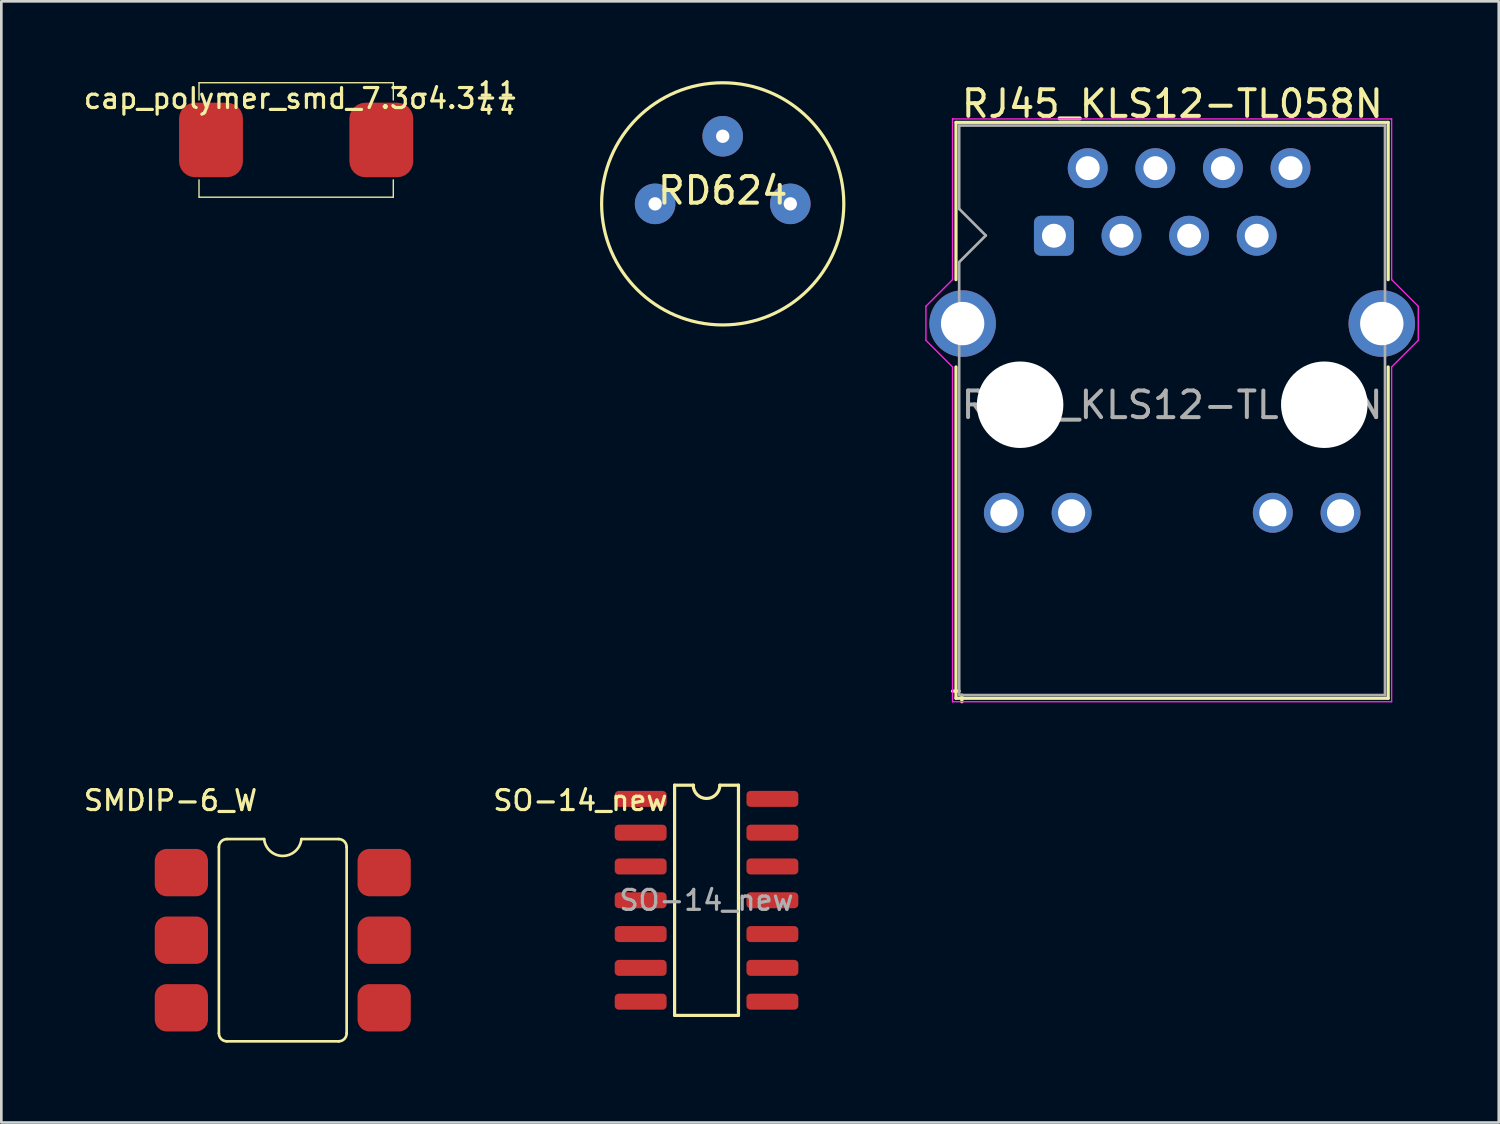
<source format=kicad_pcb>
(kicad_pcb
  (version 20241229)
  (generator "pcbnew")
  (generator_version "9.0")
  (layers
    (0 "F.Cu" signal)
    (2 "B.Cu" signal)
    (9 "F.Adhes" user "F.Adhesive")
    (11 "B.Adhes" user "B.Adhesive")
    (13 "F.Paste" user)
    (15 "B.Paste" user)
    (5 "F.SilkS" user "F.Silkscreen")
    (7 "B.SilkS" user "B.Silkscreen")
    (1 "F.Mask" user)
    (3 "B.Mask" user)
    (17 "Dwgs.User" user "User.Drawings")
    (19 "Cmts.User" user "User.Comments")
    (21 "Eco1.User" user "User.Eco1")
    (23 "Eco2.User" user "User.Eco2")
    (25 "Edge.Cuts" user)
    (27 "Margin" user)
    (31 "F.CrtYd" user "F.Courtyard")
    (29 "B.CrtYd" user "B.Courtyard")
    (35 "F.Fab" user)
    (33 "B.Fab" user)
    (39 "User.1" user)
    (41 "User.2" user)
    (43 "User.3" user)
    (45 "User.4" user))
  (footprint "RD624"
    (layer "F.Cu")
    (at 24.106 4.61)
    (property "Reference" "RD624" (at 0 -0.5 0) (unlocked yes) (layer "F.SilkS") (effects (font (size 1 1) (thickness 0.15))))
    (fp_circle (center 0 0) (end 4.55 0) (stroke (width 0.12) (type solid)) (fill no) (layer "F.SilkS"))
    (pad "1" thru_hole circle (at -2.54 0) (size 1.524 1.524) (drill 0.5) (layers "*.Cu" "*.Mask"))
    (pad "2" thru_hole circle (at 0 -2.54) (size 1.524 1.524) (drill 0.5) (layers "*.Cu" "*.Mask"))
    (pad "3" thru_hole circle (at 2.54 0) (size 1.524 1.524) (drill 0.5) (layers "*.Cu" "*.Mask")))
  (footprint "cap_polymer_smd_7.3σ4.3¼¼"
    (layer "F.Cu")
    (at 8.078 2.209)
    (property "Reference" "cap_polymer_smd_7.3σ4.3¼¼" (at 0.17 -1.56 0) (layer "F.SilkS") (effects (font (size 0.75 0.75) (thickness 0.12))))
    (attr smd)
    (fp_line (start -3.65 -2.15) (end -3.65 -1.5) (stroke (width 0.05) (type solid)) (layer "F.SilkS"))
    (fp_line (start -3.65 -2.15) (end 3.65 -2.15) (stroke (width 0.05) (type solid)) (layer "F.SilkS"))
    (fp_line (start -3.65 1.5) (end -3.65 2.15) (stroke (width 0.05) (type solid)) (layer "F.SilkS"))
    (fp_line (start 3.65 -1.5) (end 3.65 -2.15) (stroke (width 0.05) (type solid)) (layer "F.SilkS"))
    (fp_line (start 3.65 2.15) (end -3.65 2.15) (stroke (width 0.05) (type solid)) (layer "F.SilkS"))
    (fp_line (start 3.65 2.15) (end 3.65 1.5) (stroke (width 0.05) (type solid)) (layer "F.SilkS"))
    (pad "1" smd roundrect (at -3.2 0) (size 2.4 2.8) (layers "F.Cu" "F.Mask" "F.Paste") (roundrect_rratio 0.25))
    (pad "2" smd roundrect (at 3.2 0) (size 2.4 2.8) (layers "F.Cu" "F.Mask" "F.Paste") (roundrect_rratio 0.25)))
  (footprint "SO-14_new"
    (layer "F.Cu")
    (at 23.498 30.778)
    (property "Reference" "SO-14_new" (at -4.74 -3.75 0) (layer "F.SilkS") (effects (font (size 0.75 0.75) (thickness 0.12))))
    (attr smd)
    (fp_line (start -1.2 4.325) (end -1.2 -4.325) (stroke (width 0.12) (type solid)) (layer "F.SilkS"))
    (fp_line (start -0.49 -4.325) (end -1.2 -4.325) (stroke (width 0.12) (type solid)) (layer "F.SilkS"))
    (fp_line (start 1.2 -4.325) (end 0.5 -4.325) (stroke (width 0.12) (type solid)) (layer "F.SilkS"))
    (fp_line (start 1.2 -4.325) (end 1.2 4.325) (stroke (width 0.12) (type solid)) (layer "F.SilkS"))
    (fp_line (start 1.2 4.325) (end -1.2 4.325) (stroke (width 0.12) (type solid)) (layer "F.SilkS"))
    (fp_arc (start 0.5 -4.325) (mid 0 -3.825) (end -0.5 -4.325) (stroke (width 0.12) (type solid)) (layer "F.SilkS"))
    (fp_text user "${REFERENCE}" (at 0 0 0) (layer "F.Fab") (effects (font (size 0.75 0.75) (thickness 0.12))))
    (pad "1" smd roundrect (at -2.475 -3.81) (size 1.95 0.6) (layers "F.Cu" "F.Mask" "F.Paste") (roundrect_rratio 0.25))
    (pad "2" smd roundrect (at -2.475 -2.54) (size 1.95 0.6) (layers "F.Cu" "F.Mask" "F.Paste") (roundrect_rratio 0.25))
    (pad "3" smd roundrect (at -2.475 -1.27) (size 1.95 0.6) (layers "F.Cu" "F.Mask" "F.Paste") (roundrect_rratio 0.25))
    (pad "4" smd roundrect (at -2.475 0) (size 1.95 0.6) (layers "F.Cu" "F.Mask" "F.Paste") (roundrect_rratio 0.25))
    (pad "5" smd roundrect (at -2.475 1.27) (size 1.95 0.6) (layers "F.Cu" "F.Mask" "F.Paste") (roundrect_rratio 0.25))
    (pad "6" smd roundrect (at -2.475 2.54) (size 1.95 0.6) (layers "F.Cu" "F.Mask" "F.Paste") (roundrect_rratio 0.25))
    (pad "7" smd roundrect (at -2.475 3.81) (size 1.95 0.6) (layers "F.Cu" "F.Mask" "F.Paste") (roundrect_rratio 0.25))
    (pad "8" smd roundrect (at 2.475 3.81) (size 1.95 0.6) (layers "F.Cu" "F.Mask" "F.Paste") (roundrect_rratio 0.25))
    (pad "9" smd roundrect (at 2.475 2.54) (size 1.95 0.6) (layers "F.Cu" "F.Mask" "F.Paste") (roundrect_rratio 0.25))
    (pad "10" smd roundrect (at 2.475 1.27) (size 1.95 0.6) (layers "F.Cu" "F.Mask" "F.Paste") (roundrect_rratio 0.25))
    (pad "11" smd roundrect (at 2.475 0) (size 1.95 0.6) (layers "F.Cu" "F.Mask" "F.Paste") (roundrect_rratio 0.25))
    (pad "12" smd roundrect (at 2.475 -1.27) (size 1.95 0.6) (layers "F.Cu" "F.Mask" "F.Paste") (roundrect_rratio 0.25))
    (pad "13" smd roundrect (at 2.475 -2.54) (size 1.95 0.6) (layers "F.Cu" "F.Mask" "F.Paste") (roundrect_rratio 0.25))
    (pad "14" smd roundrect (at 2.475 -3.81) (size 1.95 0.6) (layers "F.Cu" "F.Mask" "F.Paste") (roundrect_rratio 0.25)))
  (footprint "RJ45_KLS12-TL058N"
    (layer "F.Cu")
    (at 40.996 5.808)
    (property "Reference" "RJ45_KLS12-TL058N" (at 0.005 -4.96 0) (layer "F.SilkS") (effects (font (size 1 1) (thickness 0.15))))
    (attr through_hole)
    (fp_line (start -8.125 -4.26) (end -8.125 1.65) (stroke (width 0.12) (type solid)) (layer "F.SilkS"))
    (fp_line (start -8.125 -4.26) (end 8.115 -4.26) (stroke (width 0.12) (type solid)) (layer "F.SilkS"))
    (fp_line (start -8.125 4.93) (end -8.125 17.38) (stroke (width 0.12) (type solid)) (layer "F.SilkS"))
    (fp_line (start -8.005 17.11) (end -8.255 17.11) (stroke (width 0.12) (type solid)) (layer "F.SilkS"))
    (fp_line (start -7.905 17.26) (end -7.905 17.51) (stroke (width 0.12) (type solid)) (layer "F.SilkS"))
    (fp_line (start 8.115 -4.26) (end 8.115 1.65) (stroke (width 0.12) (type solid)) (layer "F.SilkS"))
    (fp_line (start 8.115 4.93) (end 8.115 17.38) (stroke (width 0.12) (type solid)) (layer "F.SilkS"))
    (fp_line (start 8.115 17.38) (end -8.125 17.38) (stroke (width 0.12) (type solid)) (layer "F.SilkS"))
    (fp_line (start -9.255 3.93) (end -9.255 2.65) (stroke (width 0.05) (type solid)) (layer "F.CrtYd"))
    (fp_line (start -9.255 3.93) (end -8.255 4.93) (stroke (width 0.05) (type solid)) (layer "F.CrtYd"))
    (fp_line (start -8.255 -4.39) (end 8.245 -4.39) (stroke (width 0.05) (type solid)) (layer "F.CrtYd"))
    (fp_line (start -8.255 1.65) (end -9.255 2.65) (stroke (width 0.05) (type solid)) (layer "F.CrtYd"))
    (fp_line (start -8.255 1.65) (end -8.255 -4.4) (stroke (width 0.05) (type solid)) (layer "F.CrtYd"))
    (fp_line (start -8.255 4.93) (end -8.255 17.51) (stroke (width 0.05) (type solid)) (layer "F.CrtYd"))
    (fp_line (start -8.255 17.51) (end 8.245 17.51) (stroke (width 0.05) (type solid)) (layer "F.CrtYd"))
    (fp_line (start 8.245 1.65) (end 8.245 -4.39) (stroke (width 0.05) (type solid)) (layer "F.CrtYd"))
    (fp_line (start 8.245 1.65) (end 9.245 2.65) (stroke (width 0.05) (type solid)) (layer "F.CrtYd"))
    (fp_line (start 8.245 4.93) (end 8.245 17.51) (stroke (width 0.05) (type solid)) (layer "F.CrtYd"))
    (fp_line (start 9.245 3.93) (end 8.245 4.93) (stroke (width 0.05) (type solid)) (layer "F.CrtYd"))
    (fp_line (start 9.245 3.93) (end 9.245 2.65) (stroke (width 0.05) (type solid)) (layer "F.CrtYd"))
    (fp_line (start -8.005 -4.14) (end -8.005 -1.01) (stroke (width 0.1) (type solid)) (layer "F.Fab"))
    (fp_line (start -8.005 -4.14) (end 7.995 -4.14) (stroke (width 0.1) (type solid)) (layer "F.Fab"))
    (fp_line (start -8.005 0.99) (end -8.005 17.26) (stroke (width 0.1) (type solid)) (layer "F.Fab"))
    (fp_line (start -8.005 17.26) (end 7.995 17.26) (stroke (width 0.1) (type solid)) (layer "F.Fab"))
    (fp_line (start -7.005 -0.01) (end -8.005 -1.01) (stroke (width 0.1) (type solid)) (layer "F.Fab"))
    (fp_line (start -7.005 -0.01) (end -8.005 0.99) (stroke (width 0.1) (type solid)) (layer "F.Fab"))
    (fp_line (start 7.995 -4.14) (end 7.995 17.26) (stroke (width 0.1) (type solid)) (layer "F.Fab"))
    (fp_text user "${REFERENCE}" (at -0.005 6.36 0) (layer "F.Fab") (effects (font (size 1 1) (thickness 0.15))))
    (pad "" np_thru_hole circle (at -5.715 6.35) (size 3.25 3.25) (drill 3.25) (layers "*.Cu" "*.Mask"))
    (pad "" np_thru_hole circle (at 5.715 6.35) (size 3.25 3.25) (drill 3.25) (layers "*.Cu" "*.Mask"))
    (pad "1" thru_hole roundrect (at -4.445 0) (size 1.5 1.5) (drill 0.9) (layers "*.Cu" "*.Mask") (roundrect_rratio 0.167))
    (pad "2" thru_hole circle (at -3.175 -2.54) (size 1.5 1.5) (drill 0.9) (layers "*.Cu" "*.Mask"))
    (pad "3" thru_hole circle (at -1.905 0) (size 1.5 1.5) (drill 0.9) (layers "*.Cu" "*.Mask"))
    (pad "4" thru_hole circle (at -0.635 -2.54) (size 1.5 1.5) (drill 0.9) (layers "*.Cu" "*.Mask"))
    (pad "5" thru_hole circle (at 0.635 0) (size 1.5 1.5) (drill 0.9) (layers "*.Cu" "*.Mask"))
    (pad "6" thru_hole circle (at 1.905 -2.54 90) (size 1.5 1.5) (drill 0.9) (layers "*.Cu" "*.Mask"))
    (pad "7" thru_hole circle (at 3.175 0) (size 1.5 1.5) (drill 0.9) (layers "*.Cu" "*.Mask"))
    (pad "8" thru_hole circle (at 4.445 -2.54) (size 1.5 1.5) (drill 0.9) (layers "*.Cu" "*.Mask"))
    (pad "9" thru_hole circle (at -6.325 10.41) (size 1.5 1.5) (drill 1.02) (layers "*.Cu" "*.Mask"))
    (pad "10" thru_hole circle (at -3.78 10.41) (size 1.5 1.5) (drill 1.02) (layers "*.Cu" "*.Mask"))
    (pad "11" thru_hole circle (at 3.78 10.41) (size 1.5 1.5) (drill 1.02) (layers "*.Cu" "*.Mask"))
    (pad "12" thru_hole circle (at 6.325 10.41) (size 1.5 1.5) (drill 1.02) (layers "*.Cu" "*.Mask"))
    (pad "SH" thru_hole circle (at -7.875 3.3) (size 2.5 2.5) (drill 1.63) (layers "*.Cu" "*.Mask"))
    (pad "SH" thru_hole circle (at 7.875 3.3) (size 2.5 2.5) (drill 1.63) (layers "*.Cu" "*.Mask")))
  (footprint "SMDIP-6_W"
    (layer "F.Cu")
    (at 7.575 32.278)
    (property "Reference" "SMDIP-6_W" (at -4.22 -5.25 0) (layer "F.SilkS") (effects (font (size 0.75 0.75) (thickness 0.12))))
    (attr smd)
    (fp_line (start -2.4 -3.5) (end -2.4 3.5) (stroke (width 0.1) (type solid)) (layer "F.SilkS"))
    (fp_line (start -2.1 3.8) (end 2.1 3.8) (stroke (width 0.1) (type solid)) (layer "F.SilkS"))
    (fp_line (start -0.7 -3.8) (end -2.1 -3.8) (stroke (width 0.1) (type solid)) (layer "F.SilkS"))
    (fp_line (start 2.1 -3.8) (end 0.7 -3.8) (stroke (width 0.1) (type solid)) (layer "F.SilkS"))
    (fp_line (start 2.4 3.5) (end 2.4 -3.5) (stroke (width 0.1) (type solid)) (layer "F.SilkS"))
    (fp_arc (start -2.4 -3.5) (mid -2.312132 -3.712132) (end -2.1 -3.8) (stroke (width 0.1) (type solid)) (layer "F.SilkS"))
    (fp_arc (start -2.1 3.8) (mid -2.312132 3.712132) (end -2.4 3.5) (stroke (width 0.1) (type solid)) (layer "F.SilkS"))
    (fp_arc (start 0.7 -3.8) (mid 0 -3.166391) (end -0.7 -3.8) (stroke (width 0.1) (type solid)) (layer "F.SilkS"))
    (fp_arc (start 2.1 -3.8) (mid 2.312132 -3.712132) (end 2.4 -3.5) (stroke (width 0.1) (type solid)) (layer "F.SilkS"))
    (fp_arc (start 2.4 3.5) (mid 2.312132 3.712132) (end 2.1 3.8) (stroke (width 0.1) (type solid)) (layer "F.SilkS"))
    (pad "1" smd roundrect (at -3.81 -2.54) (size 2 1.78) (layers "F.Cu" "F.Mask" "F.Paste") (roundrect_rratio 0.25))
    (pad "2" smd roundrect (at -3.81 0) (size 2 1.78) (layers "F.Cu" "F.Mask" "F.Paste") (roundrect_rratio 0.25))
    (pad "3" smd roundrect (at -3.81 2.54) (size 2 1.78) (layers "F.Cu" "F.Mask" "F.Paste") (roundrect_rratio 0.25))
    (pad "4" smd roundrect (at 3.81 2.54) (size 2 1.78) (layers "F.Cu" "F.Mask" "F.Paste") (roundrect_rratio 0.25))
    (pad "5" smd roundrect (at 3.81 0) (size 2 1.78) (layers "F.Cu" "F.Mask" "F.Paste") (roundrect_rratio 0.25))
    (pad "6" smd roundrect (at 3.81 -2.54) (size 2 1.78) (layers "F.Cu" "F.Mask" "F.Paste") (roundrect_rratio 0.25)))
  (gr_rect
    (start -3 -3)
    (end 53.266 39.128)
    (stroke (width 0.1) (type default))
    (fill no)
    (layer "Edge.Cuts")))
</source>
